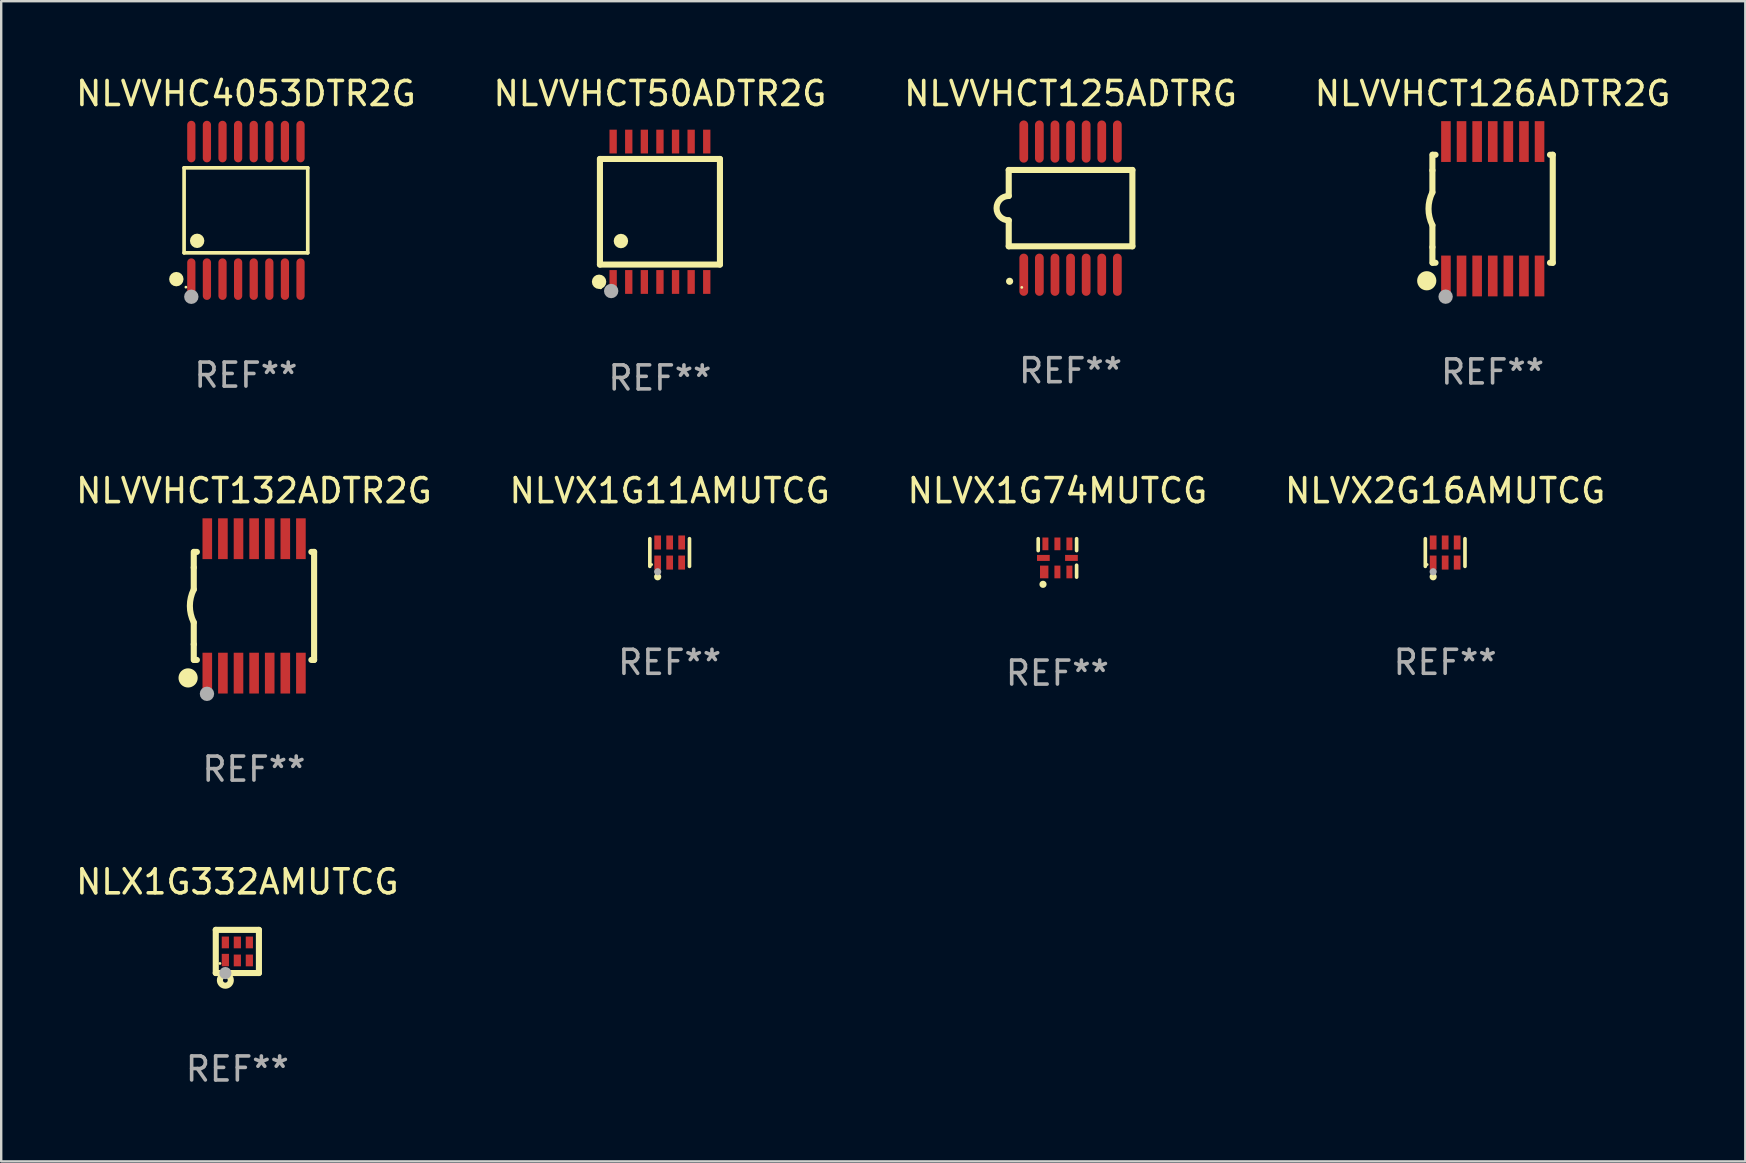
<source format=kicad_pcb>
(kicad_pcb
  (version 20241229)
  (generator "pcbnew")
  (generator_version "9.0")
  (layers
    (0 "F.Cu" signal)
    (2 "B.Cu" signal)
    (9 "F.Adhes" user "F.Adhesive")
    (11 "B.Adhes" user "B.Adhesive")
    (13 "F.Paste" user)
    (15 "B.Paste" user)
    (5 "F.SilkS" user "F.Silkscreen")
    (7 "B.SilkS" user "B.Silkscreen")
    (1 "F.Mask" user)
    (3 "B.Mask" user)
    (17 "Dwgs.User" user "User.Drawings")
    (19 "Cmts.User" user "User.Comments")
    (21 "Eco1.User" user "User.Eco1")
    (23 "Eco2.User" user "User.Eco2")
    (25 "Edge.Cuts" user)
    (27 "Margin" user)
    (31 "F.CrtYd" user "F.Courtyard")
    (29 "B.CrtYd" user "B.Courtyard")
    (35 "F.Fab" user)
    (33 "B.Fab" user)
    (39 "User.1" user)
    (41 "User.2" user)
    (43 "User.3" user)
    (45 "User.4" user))
  (footprint "NLVVHC4053DTR2G"
    (layer "F.Cu")
    (at 7.196 5.714)
    (property "Reference" "NLVVHC4053DTR2G" (at 0 -4.866 0) (layer "F.SilkS") (effects (font (size 1 1) (thickness 0.15))))
    (attr through_hole)
    (fp_line (start -2.576 -1.772) (end 2.576 -1.772) (stroke (width 0.152) (type solid)) (layer "F.SilkS"))
    (fp_line (start -2.576 1.771) (end -2.576 -1.772) (stroke (width 0.152) (type solid)) (layer "F.SilkS"))
    (fp_line (start 2.576 -1.772) (end 2.576 1.771) (stroke (width 0.152) (type solid)) (layer "F.SilkS"))
    (fp_line (start 2.576 1.771) (end -2.576 1.771) (stroke (width 0.152) (type solid)) (layer "F.SilkS"))
    (fp_circle (center -2.899 2.866) (end -2.749 2.866) (stroke (width 0.3) (type solid)) (fill no) (layer "F.SilkS"))
    (fp_circle (center -2.5 3.2) (end -2.47 3.2) (stroke (width 0.06) (type solid)) (fill no) (layer "F.SilkS"))
    (fp_circle (center -2.032 1.27) (end -1.882 1.27) (stroke (width 0.3) (type solid)) (fill no) (layer "F.SilkS"))
    (fp_circle (center -2.275 3.6) (end -2.125 3.6) (stroke (width 0.3) (type solid)) (fill no) (layer "F.Fab"))
    (fp_text user "REF**" (at 0 6.866 0) (layer "F.Fab") (effects (font (size 1 1) (thickness 0.15))))
    (pad "1" smd oval (at -2.275 2.866) (size 0.343 1.731) (layers "F.Cu" "F.Mask" "F.Paste"))
    (pad "2" smd oval (at -1.625 2.866) (size 0.343 1.731) (layers "F.Cu" "F.Mask" "F.Paste"))
    (pad "3" smd oval (at -0.975 2.866) (size 0.343 1.731) (layers "F.Cu" "F.Mask" "F.Paste"))
    (pad "4" smd oval (at -0.325 2.866) (size 0.343 1.731) (layers "F.Cu" "F.Mask" "F.Paste"))
    (pad "5" smd oval (at 0.325 2.866) (size 0.343 1.731) (layers "F.Cu" "F.Mask" "F.Paste"))
    (pad "6" smd oval (at 0.975 2.866) (size 0.343 1.731) (layers "F.Cu" "F.Mask" "F.Paste"))
    (pad "7" smd oval (at 1.625 2.866) (size 0.343 1.731) (layers "F.Cu" "F.Mask" "F.Paste"))
    (pad "8" smd oval (at 2.275 2.866) (size 0.343 1.731) (layers "F.Cu" "F.Mask" "F.Paste"))
    (pad "9" smd oval (at 2.275 -2.866) (size 0.343 1.731) (layers "F.Cu" "F.Mask" "F.Paste"))
    (pad "10" smd oval (at 1.625 -2.866) (size 0.343 1.731) (layers "F.Cu" "F.Mask" "F.Paste"))
    (pad "11" smd oval (at 0.975 -2.866) (size 0.343 1.731) (layers "F.Cu" "F.Mask" "F.Paste"))
    (pad "12" smd oval (at 0.325 -2.866) (size 0.343 1.731) (layers "F.Cu" "F.Mask" "F.Paste"))
    (pad "13" smd oval (at -0.325 -2.866) (size 0.343 1.731) (layers "F.Cu" "F.Mask" "F.Paste"))
    (pad "14" smd oval (at -0.975 -2.866) (size 0.343 1.731) (layers "F.Cu" "F.Mask" "F.Paste"))
    (pad "15" smd oval (at -1.625 -2.866) (size 0.343 1.731) (layers "F.Cu" "F.Mask" "F.Paste"))
    (pad "16" smd oval (at -2.275 -2.866) (size 0.343 1.731) (layers "F.Cu" "F.Mask" "F.Paste")))
  (footprint "NLVVHCT132ADTR2G"
    (layer "F.Cu")
    (at 7.53 22.195)
    (property "Reference" "NLVVHCT132ADTR2G" (at 0 -4.8 0) (layer "F.SilkS") (effects (font (size 1 1) (thickness 0.15))))
    (attr through_hole)
    (fp_line (start -2.507 -1.6) (end -2.507 -2.25) (stroke (width 0.254) (type solid)) (layer "F.SilkS"))
    (fp_line (start -2.507 -0.686) (end -2.507 -1.6) (stroke (width 0.254) (type solid)) (layer "F.SilkS"))
    (fp_line (start -2.507 1.6) (end -2.507 0.686) (stroke (width 0.254) (type solid)) (layer "F.SilkS"))
    (fp_line (start -2.507 1.6) (end -2.507 2.25) (stroke (width 0.254) (type solid)) (layer "F.SilkS"))
    (fp_line (start -2.493 -2.25) (end -2.377 -2.25) (stroke (width 0.254) (type solid)) (layer "F.SilkS"))
    (fp_line (start -2.377 2.25) (end -2.493 2.25) (stroke (width 0.254) (type solid)) (layer "F.SilkS"))
    (fp_line (start 2.392 -2.25) (end 2.507 -2.25) (stroke (width 0.254) (type solid)) (layer "F.SilkS"))
    (fp_line (start 2.507 -2.25) (end 2.507 2.25) (stroke (width 0.254) (type solid)) (layer "F.SilkS"))
    (fp_line (start 2.507 2.25) (end 2.392 2.25) (stroke (width 0.254) (type solid)) (layer "F.SilkS"))
    (fp_arc (start -2.507303 0.685802) (mid -2.669199 0) (end -2.507303 -0.685801) (stroke (width 0.254001) (type solid)) (layer "F.SilkS"))
    (fp_circle (center -2.743 3) (end -2.543 3) (stroke (width 0.4) (type solid)) (fill no) (layer "F.SilkS"))
    (fp_circle (center -2.493 3.2) (end -2.463 3.2) (stroke (width 0.06) (type solid)) (fill no) (layer "F.SilkS"))
    (fp_circle (center -1.957 3.662) (end -1.807 3.662) (stroke (width 0.3) (type solid)) (fill no) (layer "F.Fab"))
    (fp_text user "REF**" (at 0 6.8 0) (layer "F.Fab") (effects (font (size 1 1) (thickness 0.15))))
    (pad "1" smd rect (at -1.943 2.8) (size 0.4 1.7) (layers "F.Cu" "F.Mask" "F.Paste"))
    (pad "2" smd rect (at -1.293 2.8) (size 0.4 1.7) (layers "F.Cu" "F.Mask" "F.Paste"))
    (pad "3" smd rect (at -0.643 2.8) (size 0.4 1.7) (layers "F.Cu" "F.Mask" "F.Paste"))
    (pad "4" smd rect (at 0.007 2.8) (size 0.4 1.7) (layers "F.Cu" "F.Mask" "F.Paste"))
    (pad "5" smd rect (at 0.657 2.8) (size 0.4 1.7) (layers "F.Cu" "F.Mask" "F.Paste"))
    (pad "6" smd rect (at 1.307 2.8) (size 0.4 1.7) (layers "F.Cu" "F.Mask" "F.Paste"))
    (pad "7" smd rect (at 1.957 2.8) (size 0.4 1.7) (layers "F.Cu" "F.Mask" "F.Paste"))
    (pad "8" smd rect (at 1.957 -2.8) (size 0.4 1.7) (layers "F.Cu" "F.Mask" "F.Paste"))
    (pad "9" smd rect (at 1.307 -2.8) (size 0.4 1.7) (layers "F.Cu" "F.Mask" "F.Paste"))
    (pad "10" smd rect (at 0.657 -2.8) (size 0.4 1.7) (layers "F.Cu" "F.Mask" "F.Paste"))
    (pad "11" smd rect (at 0.007 -2.8) (size 0.4 1.7) (layers "F.Cu" "F.Mask" "F.Paste"))
    (pad "12" smd rect (at -0.643 -2.8) (size 0.4 1.7) (layers "F.Cu" "F.Mask" "F.Paste"))
    (pad "13" smd rect (at -1.293 -2.8) (size 0.4 1.7) (layers "F.Cu" "F.Mask" "F.Paste"))
    (pad "14" smd rect (at -1.943 -2.8) (size 0.4 1.7) (layers "F.Cu" "F.Mask" "F.Paste")))
  (footprint "NLX1G332AMUTCG"
    (layer "F.Cu")
    (at 6.839 36.591)
    (property "Reference" "NLX1G332AMUTCG" (at 0 -2.899 0) (layer "F.SilkS") (effects (font (size 1 1) (thickness 0.15))))
    (attr through_hole)
    (fp_line (start -0.899 -0.899) (end 0.899 -0.899) (stroke (width 0.254) (type solid)) (layer "F.SilkS"))
    (fp_line (start -0.899 0.899) (end -0.899 -0.899) (stroke (width 0.254) (type solid)) (layer "F.SilkS"))
    (fp_line (start 0.899 -0.899) (end 0.899 0.899) (stroke (width 0.254) (type solid)) (layer "F.SilkS"))
    (fp_line (start 0.899 0.899) (end -0.899 0.899) (stroke (width 0.254) (type solid)) (layer "F.SilkS"))
    (fp_circle (center -0.725 0.5) (end -0.695 0.5) (stroke (width 0.06) (type solid)) (fill no) (layer "F.SilkS"))
    (fp_circle (center -0.5 1.2) (end -0.4 1.2) (stroke (width 0.254) (type solid)) (fill no) (layer "F.SilkS"))
    (fp_circle (center -0.5 0.9) (end -0.373 0.9) (stroke (width 0.254) (type solid)) (fill no) (layer "F.Fab"))
    (fp_text user "REF**" (at 0 4.899 0) (layer "F.Fab") (effects (font (size 1 1) (thickness 0.15))))
    (pad "1" smd rect (at -0.5 0.36 90) (size 0.52 0.3) (layers "F.Cu" "F.Mask" "F.Paste"))
    (pad "2" smd rect (at 0 0.375 90) (size 0.49 0.3) (layers "F.Cu" "F.Mask" "F.Paste"))
    (pad "3" smd rect (at 0.5 0.375 90) (size 0.49 0.3) (layers "F.Cu" "F.Mask" "F.Paste"))
    (pad "4" smd rect (at 0.5 -0.375 90) (size 0.49 0.3) (layers "F.Cu" "F.Mask" "F.Paste"))
    (pad "5" smd rect (at 0 -0.375 90) (size 0.49 0.3) (layers "F.Cu" "F.Mask" "F.Paste"))
    (pad "6" smd rect (at -0.5 -0.375 90) (size 0.49 0.3) (layers "F.Cu" "F.Mask" "F.Paste")))
  (footprint "NLVVHCT126ADTR2G"
    (layer "F.Cu")
    (at 59.137 5.648)
    (property "Reference" "NLVVHCT126ADTR2G" (at 0 -4.8 0) (layer "F.SilkS") (effects (font (size 1 1) (thickness 0.15))))
    (attr through_hole)
    (fp_line (start -2.507 -1.6) (end -2.507 -2.25) (stroke (width 0.254) (type solid)) (layer "F.SilkS"))
    (fp_line (start -2.507 -0.686) (end -2.507 -1.6) (stroke (width 0.254) (type solid)) (layer "F.SilkS"))
    (fp_line (start -2.507 1.6) (end -2.507 0.686) (stroke (width 0.254) (type solid)) (layer "F.SilkS"))
    (fp_line (start -2.507 1.6) (end -2.507 2.25) (stroke (width 0.254) (type solid)) (layer "F.SilkS"))
    (fp_line (start -2.493 -2.25) (end -2.377 -2.25) (stroke (width 0.254) (type solid)) (layer "F.SilkS"))
    (fp_line (start -2.377 2.25) (end -2.493 2.25) (stroke (width 0.254) (type solid)) (layer "F.SilkS"))
    (fp_line (start 2.392 -2.25) (end 2.507 -2.25) (stroke (width 0.254) (type solid)) (layer "F.SilkS"))
    (fp_line (start 2.507 -2.25) (end 2.507 2.25) (stroke (width 0.254) (type solid)) (layer "F.SilkS"))
    (fp_line (start 2.507 2.25) (end 2.392 2.25) (stroke (width 0.254) (type solid)) (layer "F.SilkS"))
    (fp_arc (start -2.507303 0.685802) (mid -2.669199 0) (end -2.507303 -0.685801) (stroke (width 0.254001) (type solid)) (layer "F.SilkS"))
    (fp_circle (center -2.743 3) (end -2.543 3) (stroke (width 0.4) (type solid)) (fill no) (layer "F.SilkS"))
    (fp_circle (center -2.493 3.2) (end -2.463 3.2) (stroke (width 0.06) (type solid)) (fill no) (layer "F.SilkS"))
    (fp_circle (center -1.957 3.662) (end -1.807 3.662) (stroke (width 0.3) (type solid)) (fill no) (layer "F.Fab"))
    (fp_text user "REF**" (at 0 6.8 0) (layer "F.Fab") (effects (font (size 1 1) (thickness 0.15))))
    (pad "1" smd rect (at -1.943 2.8) (size 0.4 1.7) (layers "F.Cu" "F.Mask" "F.Paste"))
    (pad "2" smd rect (at -1.293 2.8) (size 0.4 1.7) (layers "F.Cu" "F.Mask" "F.Paste"))
    (pad "3" smd rect (at -0.643 2.8) (size 0.4 1.7) (layers "F.Cu" "F.Mask" "F.Paste"))
    (pad "4" smd rect (at 0.007 2.8) (size 0.4 1.7) (layers "F.Cu" "F.Mask" "F.Paste"))
    (pad "5" smd rect (at 0.657 2.8) (size 0.4 1.7) (layers "F.Cu" "F.Mask" "F.Paste"))
    (pad "6" smd rect (at 1.307 2.8) (size 0.4 1.7) (layers "F.Cu" "F.Mask" "F.Paste"))
    (pad "7" smd rect (at 1.957 2.8) (size 0.4 1.7) (layers "F.Cu" "F.Mask" "F.Paste"))
    (pad "8" smd rect (at 1.957 -2.8) (size 0.4 1.7) (layers "F.Cu" "F.Mask" "F.Paste"))
    (pad "9" smd rect (at 1.307 -2.8) (size 0.4 1.7) (layers "F.Cu" "F.Mask" "F.Paste"))
    (pad "10" smd rect (at 0.657 -2.8) (size 0.4 1.7) (layers "F.Cu" "F.Mask" "F.Paste"))
    (pad "11" smd rect (at 0.007 -2.8) (size 0.4 1.7) (layers "F.Cu" "F.Mask" "F.Paste"))
    (pad "12" smd rect (at -0.643 -2.8) (size 0.4 1.7) (layers "F.Cu" "F.Mask" "F.Paste"))
    (pad "13" smd rect (at -1.293 -2.8) (size 0.4 1.7) (layers "F.Cu" "F.Mask" "F.Paste"))
    (pad "14" smd rect (at -1.943 -2.8) (size 0.4 1.7) (layers "F.Cu" "F.Mask" "F.Paste")))
  (footprint "NLVX1G11AMUTCG"
    (layer "F.Cu")
    (at 24.851 19.971)
    (property "Reference" "NLVX1G11AMUTCG" (at 0 -2.576 0) (layer "F.SilkS") (effects (font (size 1 1) (thickness 0.15))))
    (attr through_hole)
    (fp_line (start -0.826 0.576) (end -0.826 -0.576) (stroke (width 0.152) (type solid)) (layer "F.SilkS"))
    (fp_line (start 0.826 0.576) (end 0.826 -0.576) (stroke (width 0.152) (type solid)) (layer "F.SilkS"))
    (fp_circle (center -0.75 0.5) (end -0.72 0.5) (stroke (width 0.06) (type solid)) (fill no) (layer "F.SilkS"))
    (fp_circle (center -0.5 1.01) (end -0.425 1.01) (stroke (width 0.15) (type solid)) (fill no) (layer "F.SilkS"))
    (fp_circle (center -0.5 0.8) (end -0.425 0.8) (stroke (width 0.15) (type solid)) (fill no) (layer "F.Fab"))
    (fp_text user "REF**" (at 0 4.576 0) (layer "F.Fab") (effects (font (size 1 1) (thickness 0.15))))
    (pad "1" smd rect (at -0.5 0.418) (size 0.28 0.585) (layers "F.Cu" "F.Mask" "F.Paste"))
    (pad "2" smd rect (at 0 0.418) (size 0.28 0.585) (layers "F.Cu" "F.Mask" "F.Paste"))
    (pad "3" smd rect (at 0.5 0.418) (size 0.28 0.585) (layers "F.Cu" "F.Mask" "F.Paste"))
    (pad "4" smd rect (at 0.5 -0.418) (size 0.28 0.585) (layers "F.Cu" "F.Mask" "F.Paste"))
    (pad "5" smd rect (at 0 -0.418) (size 0.28 0.585) (layers "F.Cu" "F.Mask" "F.Paste"))
    (pad "6" smd rect (at -0.5 -0.418) (size 0.28 0.585) (layers "F.Cu" "F.Mask" "F.Paste")))
  (footprint "NLVX2G16AMUTCG"
    (layer "F.Cu")
    (at 57.161 19.971)
    (property "Reference" "NLVX2G16AMUTCG" (at 0 -2.576 0) (layer "F.SilkS") (effects (font (size 1 1) (thickness 0.15))))
    (attr through_hole)
    (fp_line (start -0.826 0.576) (end -0.826 -0.576) (stroke (width 0.152) (type solid)) (layer "F.SilkS"))
    (fp_line (start 0.826 0.576) (end 0.826 -0.576) (stroke (width 0.152) (type solid)) (layer "F.SilkS"))
    (fp_circle (center -0.75 0.5) (end -0.72 0.5) (stroke (width 0.06) (type solid)) (fill no) (layer "F.SilkS"))
    (fp_circle (center -0.5 1.01) (end -0.425 1.01) (stroke (width 0.15) (type solid)) (fill no) (layer "F.SilkS"))
    (fp_circle (center -0.5 0.8) (end -0.425 0.8) (stroke (width 0.15) (type solid)) (fill no) (layer "F.Fab"))
    (fp_text user "REF**" (at 0 4.576 0) (layer "F.Fab") (effects (font (size 1 1) (thickness 0.15))))
    (pad "1" smd rect (at -0.5 0.418) (size 0.28 0.585) (layers "F.Cu" "F.Mask" "F.Paste"))
    (pad "2" smd rect (at 0 0.418) (size 0.28 0.585) (layers "F.Cu" "F.Mask" "F.Paste"))
    (pad "3" smd rect (at 0.5 0.418) (size 0.28 0.585) (layers "F.Cu" "F.Mask" "F.Paste"))
    (pad "4" smd rect (at 0.5 -0.418) (size 0.28 0.585) (layers "F.Cu" "F.Mask" "F.Paste"))
    (pad "5" smd rect (at 0 -0.418) (size 0.28 0.585) (layers "F.Cu" "F.Mask" "F.Paste"))
    (pad "6" smd rect (at -0.5 -0.418) (size 0.28 0.585) (layers "F.Cu" "F.Mask" "F.Paste")))
  (footprint "NLVVHCT125ADTRG"
    (layer "F.Cu")
    (at 41.554 5.622)
    (property "Reference" "NLVVHCT125ADTRG" (at 0 -4.774 0) (layer "F.SilkS") (effects (font (size 1 1) (thickness 0.15))))
    (attr through_hole)
    (fp_line (start -2.576 -1.59) (end -2.576 -0.508) (stroke (width 0.254) (type solid)) (layer "F.SilkS"))
    (fp_line (start -2.576 -1.59) (end 2.576 -1.59) (stroke (width 0.254) (type solid)) (layer "F.SilkS"))
    (fp_line (start -2.576 1.59) (end -2.576 0.508) (stroke (width 0.254) (type solid)) (layer "F.SilkS"))
    (fp_line (start 2.576 -1.59) (end 2.576 1.59) (stroke (width 0.254) (type solid)) (layer "F.SilkS"))
    (fp_line (start 2.576 1.59) (end -2.576 1.59) (stroke (width 0.254) (type solid)) (layer "F.SilkS"))
    (fp_arc (start -2.576099 0.506706) (mid -3.081511 0) (end -2.576098 -0.506706) (stroke (width 0.254001) (type solid)) (layer "F.SilkS"))
    (fp_circle (center -2.54 3.048) (end -2.465 3.048) (stroke (width 0.15) (type solid)) (fill no) (layer "F.SilkS"))
    (fp_circle (center -2.032 3.302) (end -2.002 3.302) (stroke (width 0.06) (type solid)) (fill no) (layer "F.SilkS"))
    (fp_text user "REF**" (at 0 6.774 0) (layer "F.Fab") (effects (font (size 1 1) (thickness 0.15))))
    (pad "1" smd oval (at -1.95 2.774) (size 0.364 1.758) (layers "F.Cu" "F.Mask" "F.Paste"))
    (pad "2" smd oval (at -1.3 2.774) (size 0.364 1.758) (layers "F.Cu" "F.Mask" "F.Paste"))
    (pad "3" smd oval (at -0.65 2.774) (size 0.364 1.758) (layers "F.Cu" "F.Mask" "F.Paste"))
    (pad "4" smd oval (at 0 2.774) (size 0.364 1.758) (layers "F.Cu" "F.Mask" "F.Paste"))
    (pad "5" smd oval (at 0.65 2.774) (size 0.364 1.758) (layers "F.Cu" "F.Mask" "F.Paste"))
    (pad "6" smd oval (at 1.3 2.774) (size 0.364 1.758) (layers "F.Cu" "F.Mask" "F.Paste"))
    (pad "7" smd oval (at 1.95 2.774) (size 0.364 1.758) (layers "F.Cu" "F.Mask" "F.Paste"))
    (pad "8" smd oval (at 1.95 -2.774) (size 0.364 1.758) (layers "F.Cu" "F.Mask" "F.Paste"))
    (pad "9" smd oval (at 1.3 -2.774) (size 0.364 1.758) (layers "F.Cu" "F.Mask" "F.Paste"))
    (pad "10" smd oval (at 0.65 -2.774) (size 0.364 1.758) (layers "F.Cu" "F.Mask" "F.Paste"))
    (pad "11" smd oval (at 0 -2.774) (size 0.364 1.758) (layers "F.Cu" "F.Mask" "F.Paste"))
    (pad "12" smd oval (at -0.65 -2.774) (size 0.364 1.758) (layers "F.Cu" "F.Mask" "F.Paste"))
    (pad "13" smd oval (at -1.3 -2.774) (size 0.364 1.758) (layers "F.Cu" "F.Mask" "F.Paste"))
    (pad "14" smd oval (at -1.95 -2.774) (size 0.364 1.758) (layers "F.Cu" "F.Mask" "F.Paste")))
  (footprint "NLVVHCT50ADTR2G"
    (layer "F.Cu")
    (at 24.446 5.773)
    (property "Reference" "NLVVHCT50ADTR2G" (at 0 -4.925 0) (layer "F.SilkS") (effects (font (size 1 1) (thickness 0.15))))
    (attr through_hole)
    (fp_line (start -2.5 2.2) (end -2.5 -2.2) (stroke (width 0.254) (type solid)) (layer "F.SilkS"))
    (fp_line (start -2.5 2.2) (end 2.5 2.2) (stroke (width 0.254) (type solid)) (layer "F.SilkS"))
    (fp_line (start 2.5 -2.2) (end -2.5 -2.2) (stroke (width 0.254) (type solid)) (layer "F.SilkS"))
    (fp_line (start 2.5 -2.2) (end 2.5 2.2) (stroke (width 0.254) (type solid)) (layer "F.SilkS"))
    (fp_circle (center -2.536 2.917) (end -2.386 2.917) (stroke (width 0.3) (type solid)) (fill no) (layer "F.SilkS"))
    (fp_circle (center -2.47 3.17) (end -2.44 3.17) (stroke (width 0.06) (type solid)) (fill no) (layer "F.SilkS"))
    (fp_circle (center -1.626 1.219) (end -1.475 1.219) (stroke (width 0.3) (type solid)) (fill no) (layer "F.SilkS"))
    (fp_circle (center -2.032 3.302) (end -1.882 3.302) (stroke (width 0.3) (type solid)) (fill no) (layer "F.Fab"))
    (fp_text user "REF**" (at 0 6.925 0) (layer "F.Fab") (effects (font (size 1 1) (thickness 0.15))))
    (pad "1" smd rect (at -1.95 2.925) (size 0.305 0.991) (layers "F.Cu" "F.Mask" "F.Paste"))
    (pad "2" smd rect (at -1.3 2.925) (size 0.305 0.991) (layers "F.Cu" "F.Mask" "F.Paste"))
    (pad "3" smd rect (at -0.65 2.925) (size 0.305 0.991) (layers "F.Cu" "F.Mask" "F.Paste"))
    (pad "4" smd rect (at 0 2.925) (size 0.305 0.991) (layers "F.Cu" "F.Mask" "F.Paste"))
    (pad "5" smd rect (at 0.65 2.925) (size 0.305 0.991) (layers "F.Cu" "F.Mask" "F.Paste"))
    (pad "6" smd rect (at 1.3 2.925) (size 0.305 0.991) (layers "F.Cu" "F.Mask" "F.Paste"))
    (pad "7" smd rect (at 1.95 2.925) (size 0.305 0.991) (layers "F.Cu" "F.Mask" "F.Paste"))
    (pad "8" smd rect (at 1.95 -2.925) (size 0.305 0.991) (layers "F.Cu" "F.Mask" "F.Paste"))
    (pad "9" smd rect (at 1.3 -2.925) (size 0.305 0.991) (layers "F.Cu" "F.Mask" "F.Paste"))
    (pad "10" smd rect (at 0.65 -2.925) (size 0.305 0.991) (layers "F.Cu" "F.Mask" "F.Paste"))
    (pad "11" smd rect (at 0 -2.925) (size 0.305 0.991) (layers "F.Cu" "F.Mask" "F.Paste"))
    (pad "12" smd rect (at -0.65 -2.925) (size 0.305 0.991) (layers "F.Cu" "F.Mask" "F.Paste"))
    (pad "13" smd rect (at -1.3 -2.925) (size 0.305 0.991) (layers "F.Cu" "F.Mask" "F.Paste"))
    (pad "14" smd rect (at -1.95 -2.925) (size 0.305 0.991) (layers "F.Cu" "F.Mask" "F.Paste")))
  (footprint "NLVX1G74MUTCG"
    (layer "F.Cu")
    (at 41.006 20.195)
    (property "Reference" "NLVX1G74MUTCG" (at 0 -2.8 0) (layer "F.SilkS") (effects (font (size 1 1) (thickness 0.15))))
    (attr through_hole)
    (fp_line (start -0.8 -0.305) (end -0.8 -0.8) (stroke (width 0.152) (type solid)) (layer "F.SilkS"))
    (fp_line (start 0.8 -0.8) (end 0.8 -0.305) (stroke (width 0.152) (type solid)) (layer "F.SilkS"))
    (fp_line (start 0.8 0.305) (end 0.8 0.8) (stroke (width 0.152) (type solid)) (layer "F.SilkS"))
    (fp_circle (center -0.6 1.1) (end -0.525 1.1) (stroke (width 0.15) (type solid)) (fill no) (layer "F.SilkS"))
    (fp_text user "REF**" (at 0 4.8 0) (layer "F.Fab") (effects (font (size 1 1) (thickness 0.15))))
    (pad "1" smd rect (at -0.55 0.585 90) (size 0.53 0.35) (layers "F.Cu" "F.Mask" "F.Paste"))
    (pad "2" smd rect (at 0 0.585 90) (size 0.53 0.25) (layers "F.Cu" "F.Mask" "F.Paste"))
    (pad "3" smd rect (at 0.5 0.585 90) (size 0.53 0.25) (layers "F.Cu" "F.Mask" "F.Paste"))
    (pad "4" smd rect (at 0.585 0 90) (size 0.25 0.53) (layers "F.Cu" "F.Mask" "F.Paste"))
    (pad "5" smd rect (at 0.5 -0.585 90) (size 0.53 0.25) (layers "F.Cu" "F.Mask" "F.Paste"))
    (pad "6" smd rect (at 0 -0.585 90) (size 0.53 0.25) (layers "F.Cu" "F.Mask" "F.Paste"))
    (pad "7" smd rect (at -0.5 -0.585 90) (size 0.53 0.25) (layers "F.Cu" "F.Mask" "F.Paste"))
    (pad "8" smd rect (at -0.585 0 90) (size 0.25 0.53) (layers "F.Cu" "F.Mask" "F.Paste")))
  (gr_rect
    (start -3 -3)
    (end 69.667 45.338)
    (stroke (width 0.1) (type default))
    (fill no)
    (layer "Edge.Cuts")))
</source>
